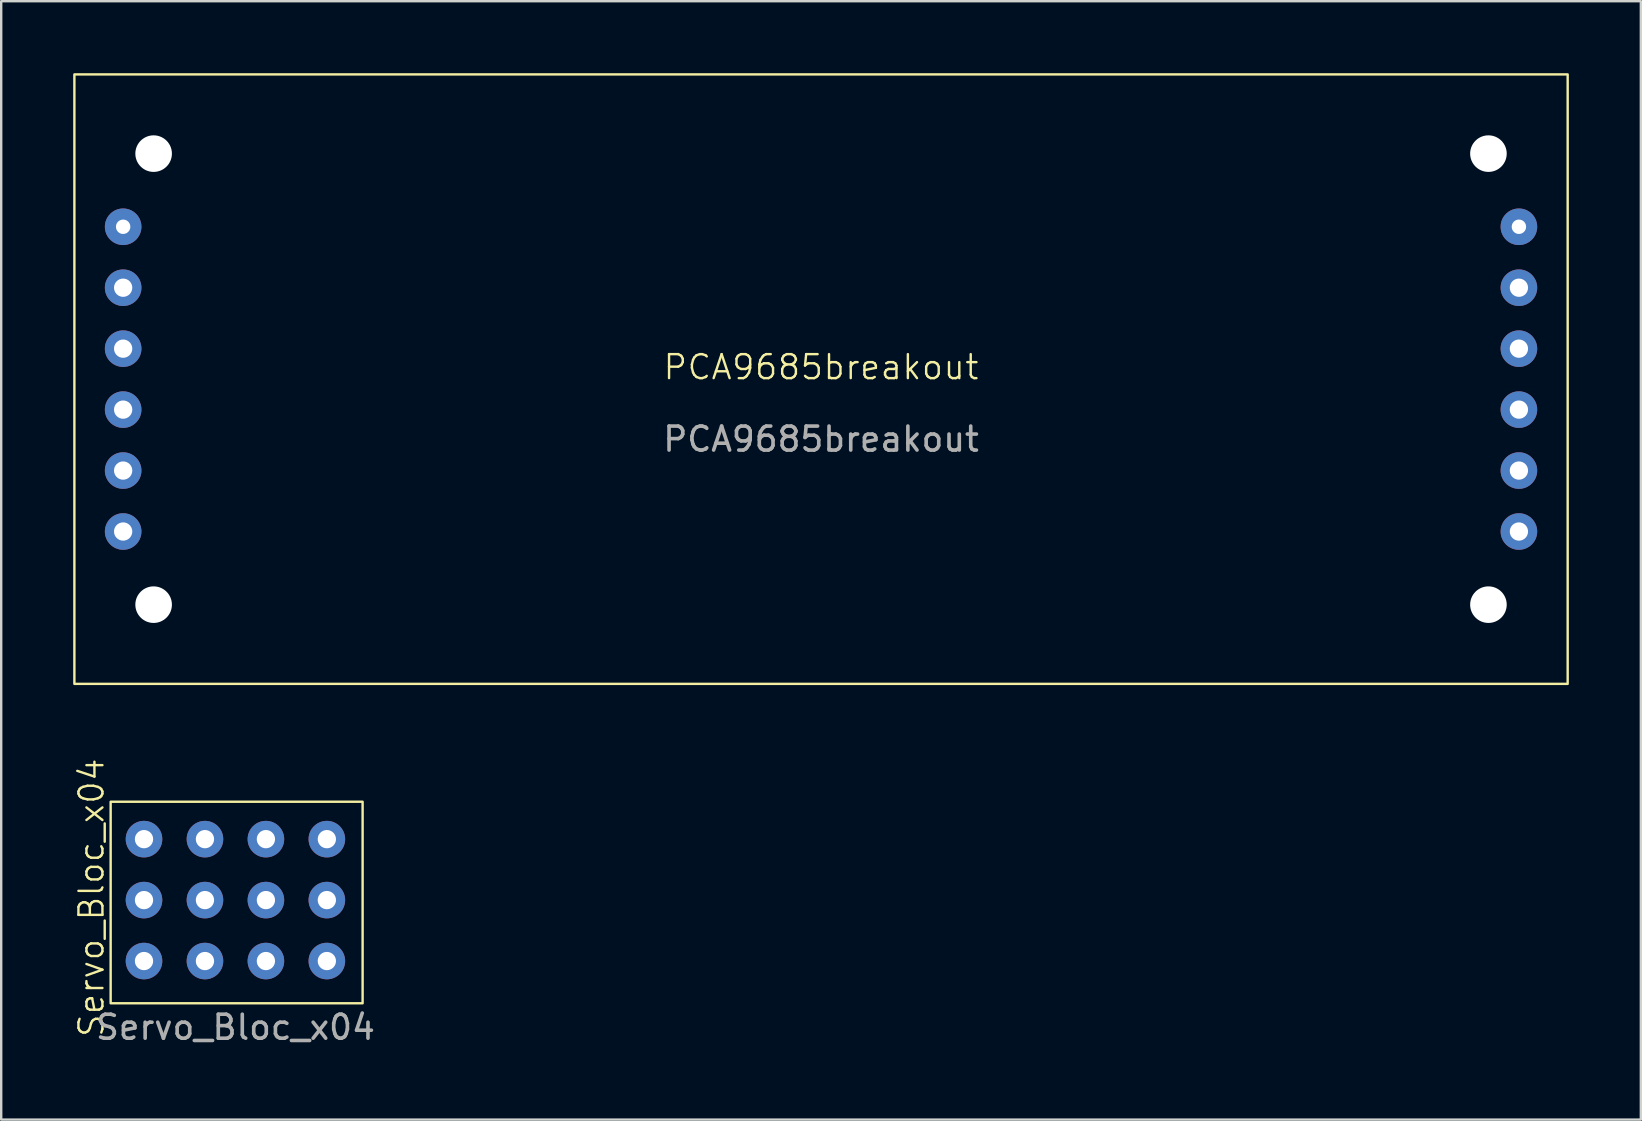
<source format=kicad_pcb>
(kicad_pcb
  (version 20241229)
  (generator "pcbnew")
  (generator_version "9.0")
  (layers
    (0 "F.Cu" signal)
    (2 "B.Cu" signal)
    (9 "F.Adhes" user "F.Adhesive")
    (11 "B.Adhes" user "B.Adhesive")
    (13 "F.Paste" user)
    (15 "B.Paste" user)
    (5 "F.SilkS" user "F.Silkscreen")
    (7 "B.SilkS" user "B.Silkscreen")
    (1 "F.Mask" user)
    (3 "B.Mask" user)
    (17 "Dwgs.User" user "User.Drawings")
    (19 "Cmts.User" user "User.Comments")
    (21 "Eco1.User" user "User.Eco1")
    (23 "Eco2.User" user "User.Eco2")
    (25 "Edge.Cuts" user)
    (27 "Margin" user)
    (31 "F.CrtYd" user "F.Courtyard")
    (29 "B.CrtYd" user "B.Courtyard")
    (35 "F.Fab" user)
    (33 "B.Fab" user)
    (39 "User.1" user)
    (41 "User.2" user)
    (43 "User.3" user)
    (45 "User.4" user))
  (footprint "Servo_Bloc_x04"
    (layer "F.Cu")
    (at 6.761 34.46)
    (property "Reference" "Servo_Bloc_x04" (at -6 -0.1 90) (unlocked yes) (layer "F.SilkS") (effects (font (size 1 1) (thickness 0.1))))
    (attr through_hole)
    (fp_rect (start -5.2 -4.1) (end 5.3 4.3) (stroke (width 0.1) (type default)) (fill no) (layer "F.SilkS"))
    (fp_text user "${REFERENCE}" (at 0 5.3 0) (unlocked yes) (layer "F.Fab") (effects (font (size 1 1) (thickness 0.15))))
    (pad "1" thru_hole circle (at -3.81 0) (size 1.524 1.524) (drill 0.762) (layers "*.Cu" "*.Mask"))
    (pad "1" thru_hole circle (at -1.27 0) (size 1.524 1.524) (drill 0.762) (layers "*.Cu" "*.Mask"))
    (pad "1" thru_hole circle (at 1.27 0) (size 1.524 1.524) (drill 0.762) (layers "*.Cu" "*.Mask"))
    (pad "1" thru_hole circle (at 3.81 0) (size 1.524 1.524) (drill 0.762) (layers "*.Cu" "*.Mask"))
    (pad "2" thru_hole circle (at -3.81 -2.54) (size 1.524 1.524) (drill 0.762) (layers "*.Cu" "*.Mask"))
    (pad "2" thru_hole circle (at -1.27 -2.54) (size 1.524 1.524) (drill 0.762) (layers "*.Cu" "*.Mask"))
    (pad "2" thru_hole circle (at 1.27 -2.54) (size 1.524 1.524) (drill 0.762) (layers "*.Cu" "*.Mask"))
    (pad "2" thru_hole circle (at 3.81 -2.54) (size 1.524 1.524) (drill 0.762) (layers "*.Cu" "*.Mask"))
    (pad "3" thru_hole circle (at 3.81 2.54) (size 1.524 1.524) (drill 0.762) (layers "*.Cu" "*.Mask"))
    (pad "4" thru_hole circle (at 1.27 2.54) (size 1.524 1.524) (drill 0.762) (layers "*.Cu" "*.Mask"))
    (pad "5" thru_hole circle (at -1.27 2.54) (size 1.524 1.524) (drill 0.762) (layers "*.Cu" "*.Mask"))
    (pad "6" thru_hole circle (at -3.81 2.54) (size 1.524 1.524) (drill 0.762) (layers "*.Cu" "*.Mask")))
  (footprint "PCA9685breakout"
    (layer "F.Cu")
    (at 31.165 12.75)
    (property "Reference" "PCA9685breakout" (at 0 -0.5 0) (unlocked yes) (layer "F.SilkS") (effects (font (size 1 1) (thickness 0.1))))
    (attr through_hole)
    (fp_rect (start -31.115 -12.7) (end 31.115 12.7) (stroke (width 0.1) (type default)) (fill no) (layer "F.SilkS"))
    (fp_text user "${REFERENCE}" (at 0 2.5 0) (unlocked yes) (layer "F.Fab") (effects (font (size 1 1) (thickness 0.15))))
    (pad "" np_thru_hole circle (at -27.813 -9.398) (size 1.524 1.524) (drill 2.5) (layers "*.Cu" "*.Mask"))
    (pad "" np_thru_hole circle (at -27.813 9.398) (size 1.524 1.524) (drill 2.5) (layers "*.Cu" "*.Mask"))
    (pad "" np_thru_hole circle (at 27.813 -9.398) (size 1.524 1.524) (drill 2.5) (layers "*.Cu" "*.Mask"))
    (pad "" np_thru_hole circle (at 27.813 9.398) (size 1.524 1.524) (drill 2.5) (layers "*.Cu" "*.Mask"))
    (pad "0" thru_hole circle (at -29.083 -6.35) (size 1.524 1.524) (drill 0.6) (layers "*.Cu" "*.Mask"))
    (pad "0" thru_hole circle (at 29.083 -6.35) (size 1.524 1.524) (drill 0.6) (layers "*.Cu" "*.Mask"))
    (pad "1" thru_hole circle (at -29.083 -3.81) (size 1.524 1.524) (drill 0.762) (layers "*.Cu" "*.Mask"))
    (pad "1" thru_hole circle (at 29.083 -3.81) (size 1.524 1.524) (drill 0.762) (layers "*.Cu" "*.Mask"))
    (pad "2" thru_hole circle (at -29.083 -1.27) (size 1.524 1.524) (drill 0.762) (layers "*.Cu" "*.Mask"))
    (pad "2" thru_hole circle (at 29.083 -1.27) (size 1.524 1.524) (drill 0.762) (layers "*.Cu" "*.Mask"))
    (pad "3" thru_hole circle (at -29.083 1.27) (size 1.524 1.524) (drill 0.762) (layers "*.Cu" "*.Mask"))
    (pad "3" thru_hole circle (at 29.083 1.27) (size 1.524 1.524) (drill 0.762) (layers "*.Cu" "*.Mask"))
    (pad "4" thru_hole circle (at -29.083 3.81) (size 1.524 1.524) (drill 0.762) (layers "*.Cu" "*.Mask"))
    (pad "4" thru_hole circle (at 29.083 3.81) (size 1.524 1.524) (drill 0.762) (layers "*.Cu" "*.Mask"))
    (pad "5" thru_hole circle (at -29.083 6.35) (size 1.524 1.524) (drill 0.762) (layers "*.Cu" "*.Mask"))
    (pad "5" thru_hole circle (at 29.083 6.35) (size 1.524 1.524) (drill 0.762) (layers "*.Cu" "*.Mask")))
  (gr_rect
    (start -3 -3)
    (end 65.33 43.608)
    (stroke (width 0.1) (type default))
    (fill no)
    (layer "Edge.Cuts")))
</source>
